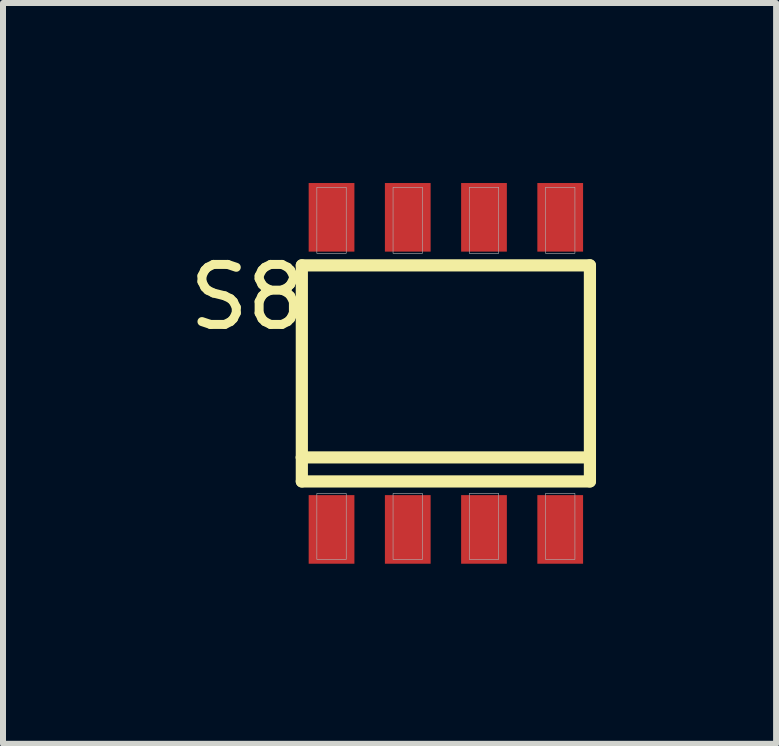
<source format=kicad_pcb>
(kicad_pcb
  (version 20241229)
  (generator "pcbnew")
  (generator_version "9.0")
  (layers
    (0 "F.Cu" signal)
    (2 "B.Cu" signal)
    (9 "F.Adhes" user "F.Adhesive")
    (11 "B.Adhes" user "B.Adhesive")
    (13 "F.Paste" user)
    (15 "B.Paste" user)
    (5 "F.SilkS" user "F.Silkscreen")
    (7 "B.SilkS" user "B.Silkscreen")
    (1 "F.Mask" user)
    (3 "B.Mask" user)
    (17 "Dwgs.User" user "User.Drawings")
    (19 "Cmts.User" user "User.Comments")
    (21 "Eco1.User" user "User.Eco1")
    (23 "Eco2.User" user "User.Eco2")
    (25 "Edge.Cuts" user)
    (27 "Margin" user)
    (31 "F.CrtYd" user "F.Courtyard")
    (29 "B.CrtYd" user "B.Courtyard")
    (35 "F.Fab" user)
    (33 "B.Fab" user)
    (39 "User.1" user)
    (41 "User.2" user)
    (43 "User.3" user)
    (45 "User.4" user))
  (footprint "S8"
    (layer "F.Cu")
    (at 4.379 3.171)
    (property "Reference" "S8" (at -3.302 -1.27 180) (layer "F.SilkS") (effects (font (size 1 1) (thickness 0.15))))
    (attr smd)
    (fp_line (start -2.4 -1.8) (end 2.4 -1.8) (stroke (width 0.203) (type solid)) (layer "F.SilkS"))
    (fp_line (start -2.4 1.4) (end -2.4 -1.8) (stroke (width 0.203) (type solid)) (layer "F.SilkS"))
    (fp_line (start -2.4 1.8) (end -2.4 1.4) (stroke (width 0.203) (type solid)) (layer "F.SilkS"))
    (fp_line (start 2.4 -1.8) (end 2.4 1.4) (stroke (width 0.203) (type solid)) (layer "F.SilkS"))
    (fp_line (start 2.4 1.4) (end -2.4 1.4) (stroke (width 0.203) (type solid)) (layer "F.SilkS"))
    (fp_line (start 2.4 1.4) (end 2.4 1.8) (stroke (width 0.203) (type solid)) (layer "F.SilkS"))
    (fp_line (start 2.4 1.8) (end -2.4 1.8) (stroke (width 0.203) (type solid)) (layer "F.SilkS"))
    (fp_poly (pts (xy -2.15 -3.1) (xy -1.66 -3.1) (xy -1.66 -2) (xy -2.15 -2)) (stroke (width 0.01) (type solid)) (fill no) (layer "F.Fab"))
    (fp_poly (pts (xy -2.15 2) (xy -1.66 2) (xy -1.66 3.1) (xy -2.15 3.1)) (stroke (width 0.01) (type solid)) (fill no) (layer "F.Fab"))
    (fp_poly (pts (xy -0.88 -3.1) (xy -0.39 -3.1) (xy -0.39 -2) (xy -0.88 -2)) (stroke (width 0.01) (type solid)) (fill no) (layer "F.Fab"))
    (fp_poly (pts (xy -0.88 2) (xy -0.39 2) (xy -0.39 3.1) (xy -0.88 3.1)) (stroke (width 0.01) (type solid)) (fill no) (layer "F.Fab"))
    (fp_poly (pts (xy 0.39 -3.1) (xy 0.88 -3.1) (xy 0.88 -2) (xy 0.39 -2)) (stroke (width 0.01) (type solid)) (fill no) (layer "F.Fab"))
    (fp_poly (pts (xy 0.39 2) (xy 0.88 2) (xy 0.88 3.1) (xy 0.39 3.1)) (stroke (width 0.01) (type solid)) (fill no) (layer "F.Fab"))
    (fp_poly (pts (xy 1.66 -3.1) (xy 2.15 -3.1) (xy 2.15 -2) (xy 1.66 -2)) (stroke (width 0.01) (type solid)) (fill no) (layer "F.Fab"))
    (fp_poly (pts (xy 1.66 2) (xy 2.15 2) (xy 2.15 3.1) (xy 1.66 3.1)) (stroke (width 0.01) (type solid)) (fill no) (layer "F.Fab"))
    (pad "1" smd rect (at -1.905 2.6) (size 0.762 1.143) (layers "F.Cu" "F.Mask" "F.Paste"))
    (pad "2" smd rect (at -0.635 2.6) (size 0.762 1.143) (layers "F.Cu" "F.Mask" "F.Paste"))
    (pad "3" smd rect (at 0.635 2.6) (size 0.762 1.143) (layers "F.Cu" "F.Mask" "F.Paste"))
    (pad "4" smd rect (at 1.905 2.6) (size 0.762 1.143) (layers "F.Cu" "F.Mask" "F.Paste"))
    (pad "5" smd rect (at 1.905 -2.6) (size 0.762 1.143) (layers "F.Cu" "F.Mask" "F.Paste"))
    (pad "6" smd rect (at 0.635 -2.6) (size 0.762 1.143) (layers "F.Cu" "F.Mask" "F.Paste"))
    (pad "7" smd rect (at -0.635 -2.6) (size 0.762 1.143) (layers "F.Cu" "F.Mask" "F.Paste"))
    (pad "8" smd rect (at -1.905 -2.6) (size 0.762 1.143) (layers "F.Cu" "F.Mask" "F.Paste")))
  (gr_rect
    (start -3 -3)
    (end 9.881 9.343)
    (stroke (width 0.1) (type default))
    (fill no)
    (layer "Edge.Cuts")))
</source>
